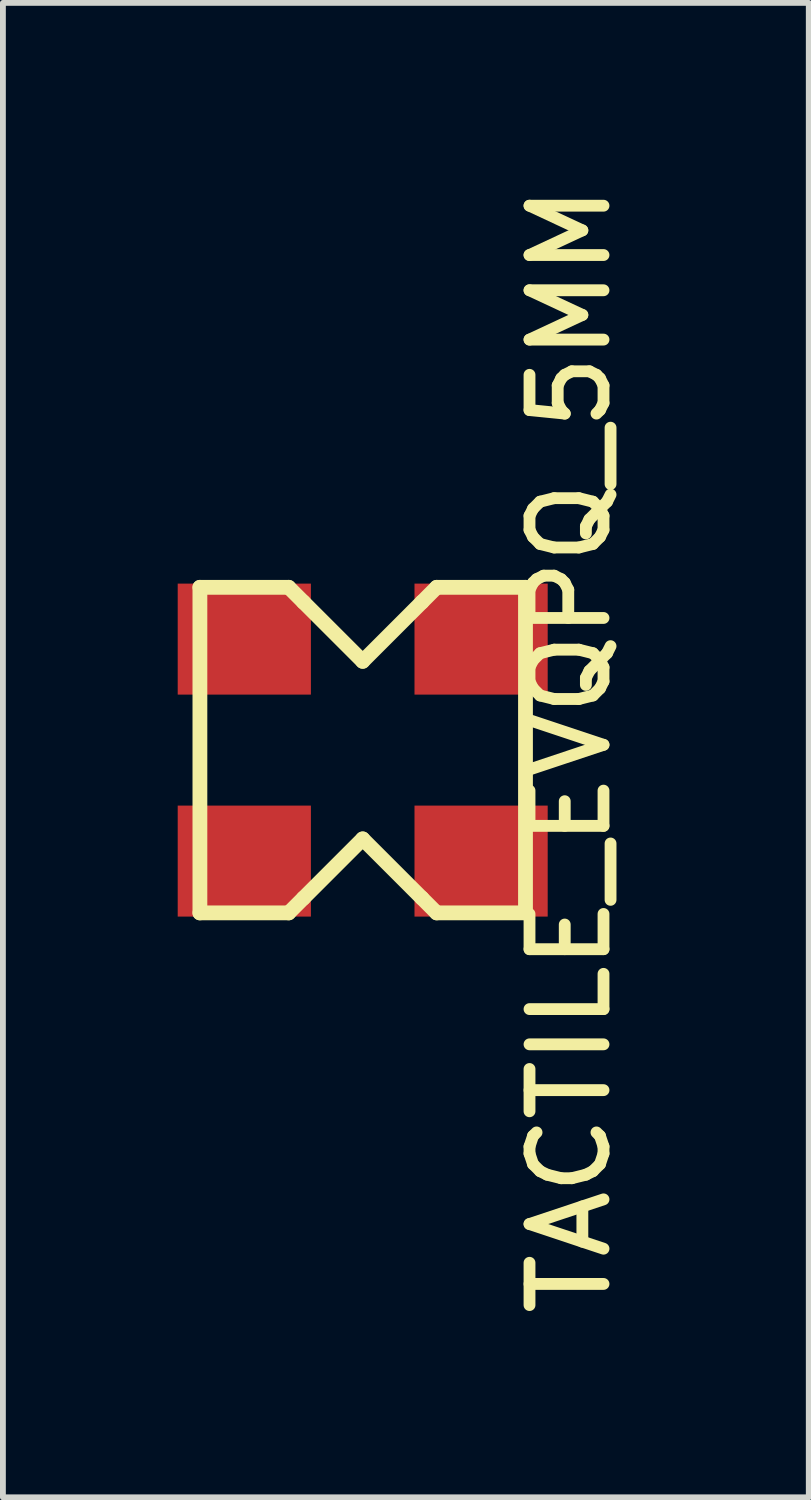
<source format=kicad_pcb>
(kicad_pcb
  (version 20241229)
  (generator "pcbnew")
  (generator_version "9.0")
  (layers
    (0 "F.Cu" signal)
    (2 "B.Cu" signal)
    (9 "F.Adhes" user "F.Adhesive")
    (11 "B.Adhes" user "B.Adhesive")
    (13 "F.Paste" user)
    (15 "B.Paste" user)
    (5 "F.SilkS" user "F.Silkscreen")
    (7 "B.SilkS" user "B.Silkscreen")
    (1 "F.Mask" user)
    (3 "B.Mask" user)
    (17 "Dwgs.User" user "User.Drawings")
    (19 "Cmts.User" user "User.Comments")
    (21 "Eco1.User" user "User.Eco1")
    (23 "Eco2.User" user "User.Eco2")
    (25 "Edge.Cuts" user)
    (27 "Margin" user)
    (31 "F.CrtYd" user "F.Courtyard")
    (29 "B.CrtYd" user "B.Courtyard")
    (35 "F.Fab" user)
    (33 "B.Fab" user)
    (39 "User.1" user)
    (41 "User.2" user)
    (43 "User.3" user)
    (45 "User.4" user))
  (footprint "TACTILE_EVQPQ_5MM"
    (layer "F.Cu")
    (at 3.175 9.824)
    (property "Reference" "TACTILE_EVQPQ_5MM" (at 3.556 0 270) (layer "F.SilkS") (effects (font (size 1.27 1.27) (thickness 0.203))))
    (attr through_hole)
    (fp_line (start -2.794 -2.794) (end -2.794 2.794) (stroke (width 0.254) (type solid)) (layer "F.SilkS"))
    (fp_line (start -2.794 2.794) (end -1.27 2.794) (stroke (width 0.254) (type solid)) (layer "F.SilkS"))
    (fp_line (start -1.27 -2.794) (end -2.794 -2.794) (stroke (width 0.254) (type solid)) (layer "F.SilkS"))
    (fp_line (start -1.27 2.794) (end -1.016 2.54) (stroke (width 0.254) (type solid)) (layer "F.SilkS"))
    (fp_line (start -1.016 -2.54) (end -1.27 -2.794) (stroke (width 0.254) (type solid)) (layer "F.SilkS"))
    (fp_line (start -1.016 -2.54) (end 0 -1.524) (stroke (width 0.254) (type solid)) (layer "F.SilkS"))
    (fp_line (start 0 -1.524) (end 1.016 -2.54) (stroke (width 0.254) (type solid)) (layer "F.SilkS"))
    (fp_line (start 0 1.524) (end -1.016 2.54) (stroke (width 0.254) (type solid)) (layer "F.SilkS"))
    (fp_line (start 1.016 -2.54) (end 1.27 -2.794) (stroke (width 0.254) (type solid)) (layer "F.SilkS"))
    (fp_line (start 1.016 2.54) (end 0 1.524) (stroke (width 0.254) (type solid)) (layer "F.SilkS"))
    (fp_line (start 1.27 -2.794) (end 2.794 -2.794) (stroke (width 0.254) (type solid)) (layer "F.SilkS"))
    (fp_line (start 1.27 2.794) (end 1.016 2.54) (stroke (width 0.254) (type solid)) (layer "F.SilkS"))
    (fp_line (start 2.794 -2.794) (end 2.794 2.794) (stroke (width 0.254) (type solid)) (layer "F.SilkS"))
    (fp_line (start 2.794 2.794) (end 1.27 2.794) (stroke (width 0.254) (type solid)) (layer "F.SilkS"))
    (pad "1" smd rect (at -2.032 1.905 180) (size 2.286 1.905) (layers "F.Cu" "F.Mask" "F.Paste"))
    (pad "1" smd rect (at 2.032 1.905 180) (size 2.286 1.905) (layers "F.Cu" "F.Mask" "F.Paste"))
    (pad "2" smd rect (at -2.032 -1.905 180) (size 2.286 1.905) (layers "F.Cu" "F.Mask" "F.Paste"))
    (pad "2" smd rect (at 2.032 -1.905 180) (size 2.286 1.905) (layers "F.Cu" "F.Mask" "F.Paste")))
  (gr_rect
    (start -3 -3)
    (end 10.831 22.648)
    (stroke (width 0.1) (type default))
    (fill no)
    (layer "Edge.Cuts")))
</source>
